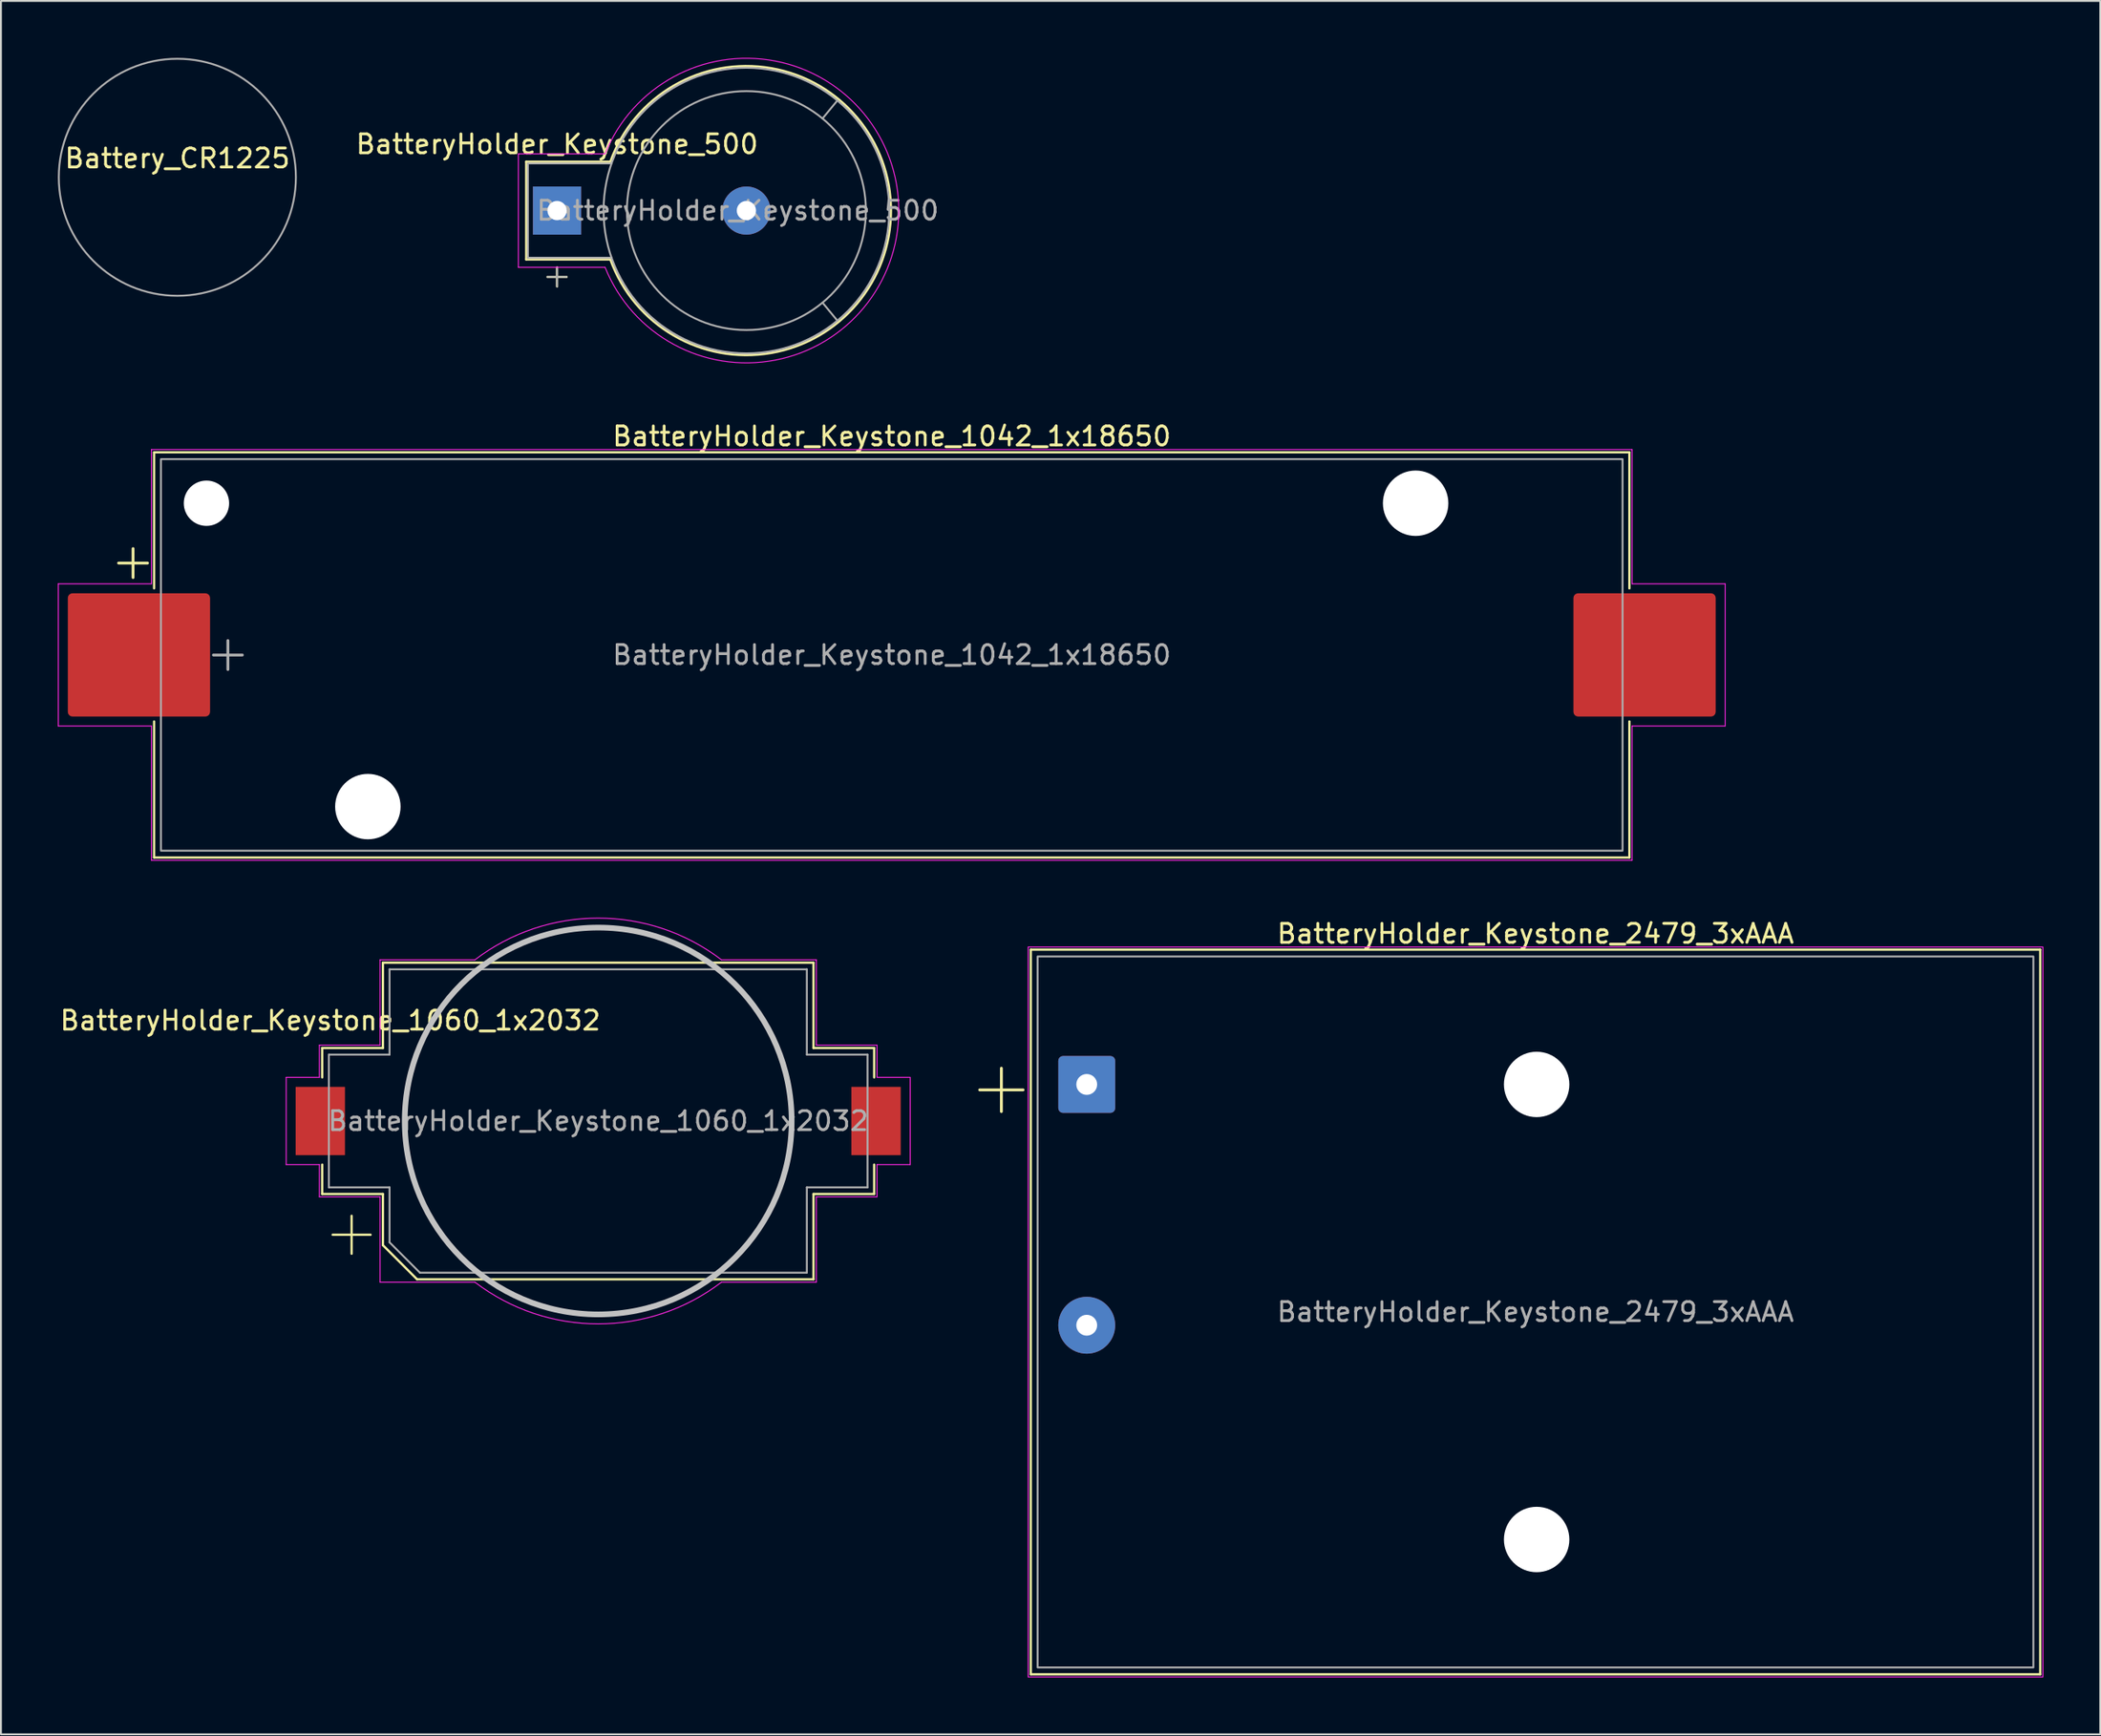
<source format=kicad_pcb>
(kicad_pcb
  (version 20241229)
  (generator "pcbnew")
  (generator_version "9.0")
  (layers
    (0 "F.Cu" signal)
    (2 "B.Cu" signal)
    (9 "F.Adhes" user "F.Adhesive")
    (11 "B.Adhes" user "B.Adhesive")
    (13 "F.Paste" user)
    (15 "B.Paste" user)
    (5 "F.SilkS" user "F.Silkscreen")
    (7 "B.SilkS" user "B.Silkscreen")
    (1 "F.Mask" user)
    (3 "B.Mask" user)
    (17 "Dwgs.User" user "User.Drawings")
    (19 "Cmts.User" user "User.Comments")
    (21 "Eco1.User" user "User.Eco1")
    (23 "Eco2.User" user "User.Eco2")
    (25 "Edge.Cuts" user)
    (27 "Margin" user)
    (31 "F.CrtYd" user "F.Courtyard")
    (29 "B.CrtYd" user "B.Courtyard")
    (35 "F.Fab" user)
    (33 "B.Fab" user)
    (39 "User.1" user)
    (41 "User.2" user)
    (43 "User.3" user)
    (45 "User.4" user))
  (footprint "BatteryHolder_Keystone_1042_1x18650"
    (layer "F.Cu")
    (at 43.965 31.491)
    (property "Reference" "BatteryHolder_Keystone_1042_1x18650" (at 0 -11.53 0) (layer "F.SilkS") (effects (font (size 1 1) (thickness 0.15))))
    (attr smd)
    (fp_line (start -38.89 -10.685) (end 38.89 -10.685) (stroke (width 0.12) (type solid)) (layer "F.SilkS"))
    (fp_line (start -38.89 -3.51) (end -38.89 -10.685) (stroke (width 0.12) (type solid)) (layer "F.SilkS"))
    (fp_line (start -38.89 10.685) (end -38.89 3.51) (stroke (width 0.12) (type solid)) (layer "F.SilkS"))
    (fp_line (start 38.89 -10.685) (end 38.89 -3.51) (stroke (width 0.12) (type solid)) (layer "F.SilkS"))
    (fp_line (start 38.89 3.51) (end 38.89 10.685) (stroke (width 0.12) (type solid)) (layer "F.SilkS"))
    (fp_line (start 38.89 10.685) (end -38.89 10.685) (stroke (width 0.12) (type solid)) (layer "F.SilkS"))
    (fp_line (start -43.94 -3.75) (end -39.03 -3.75) (stroke (width 0.05) (type solid)) (layer "F.CrtYd"))
    (fp_line (start -43.94 3.75) (end -43.94 -3.75) (stroke (width 0.05) (type solid)) (layer "F.CrtYd"))
    (fp_line (start -39.03 -10.83) (end 39.03 -10.83) (stroke (width 0.05) (type solid)) (layer "F.CrtYd"))
    (fp_line (start -39.03 -3.75) (end -39.03 -10.83) (stroke (width 0.05) (type solid)) (layer "F.CrtYd"))
    (fp_line (start -39.03 3.75) (end -43.94 3.75) (stroke (width 0.05) (type solid)) (layer "F.CrtYd"))
    (fp_line (start -39.03 10.83) (end -39.03 3.75) (stroke (width 0.05) (type solid)) (layer "F.CrtYd"))
    (fp_line (start 39.03 -10.83) (end 39.03 -3.75) (stroke (width 0.05) (type solid)) (layer "F.CrtYd"))
    (fp_line (start 39.03 -3.75) (end 43.94 -3.75) (stroke (width 0.05) (type solid)) (layer "F.CrtYd"))
    (fp_line (start 39.03 3.75) (end 39.03 10.83) (stroke (width 0.05) (type solid)) (layer "F.CrtYd"))
    (fp_line (start 39.03 10.83) (end -39.03 10.83) (stroke (width 0.05) (type solid)) (layer "F.CrtYd"))
    (fp_line (start 43.94 -3.75) (end 43.94 3.75) (stroke (width 0.05) (type solid)) (layer "F.CrtYd"))
    (fp_line (start 43.94 3.75) (end 39.03 3.75) (stroke (width 0.05) (type solid)) (layer "F.CrtYd"))
    (fp_rect (start -38.53 -10.325) (end 38.53 10.325) (stroke (width 0.1) (type solid)) (fill no) (layer "F.Fab"))
    (fp_text user "+" (at -40 -5 0) (layer "F.SilkS") (effects (font (size 2 2) (thickness 0.15))))
    (fp_text user "${REFERENCE}" (at 0 0 0) (layer "F.Fab") (effects (font (size 1 1) (thickness 0.15))))
    (fp_text user "+" (at -35 -0.15 0) (layer "F.Fab") (effects (font (size 2 2) (thickness 0.15))))
    (pad "" np_thru_hole circle (at -36.13 -8) (size 2.39 2.39) (drill 2.39) (layers "*.Cu" "*.Mask"))
    (pad "" np_thru_hole circle (at -27.62 8) (size 3.45 3.45) (drill 3.45) (layers "*.Cu" "*.Mask"))
    (pad "" np_thru_hole circle (at 27.62 -8) (size 3.45 3.45) (drill 3.45) (layers "*.Cu" "*.Mask"))
    (pad "1" smd roundrect (at -39.69 0) (size 7.5 6.5) (layers "F.Cu" "F.Mask" "F.Paste") (roundrect_rratio 0.038))
    (pad "2" smd roundrect (at 39.69 0) (size 7.5 6.5) (layers "F.Cu" "F.Mask" "F.Paste") (roundrect_rratio 0.038)))
  (footprint "BatteryHolder_Keystone_1060_1x2032"
    (layer "F.Cu")
    (at 28.488 56.072)
    (property "Reference" "BatteryHolder_Keystone_1060_1x2032" (at -14.125 -5.3 0) (layer "F.SilkS") (effects (font (size 1 1) (thickness 0.15))))
    (attr smd)
    (fp_line (start -14.55 -3.85) (end -14.55 -2.3) (stroke (width 0.12) (type solid)) (layer "F.SilkS"))
    (fp_line (start -14.55 3.85) (end -14.55 2.3) (stroke (width 0.12) (type solid)) (layer "F.SilkS"))
    (fp_line (start -13 5) (end -13 7) (stroke (width 0.12) (type solid)) (layer "F.SilkS"))
    (fp_line (start -12 6) (end -14 6) (stroke (width 0.12) (type solid)) (layer "F.SilkS"))
    (fp_line (start -11.35 -8.35) (end -11.35 -3.85) (stroke (width 0.12) (type solid)) (layer "F.SilkS"))
    (fp_line (start -11.35 -8.35) (end 11.35 -8.35) (stroke (width 0.12) (type solid)) (layer "F.SilkS"))
    (fp_line (start -11.35 -3.85) (end -14.55 -3.85) (stroke (width 0.12) (type solid)) (layer "F.SilkS"))
    (fp_line (start -11.35 3.85) (end -14.55 3.85) (stroke (width 0.12) (type solid)) (layer "F.SilkS"))
    (fp_line (start -11.35 6.55) (end -11.35 3.85) (stroke (width 0.12) (type solid)) (layer "F.SilkS"))
    (fp_line (start -9.55 8.35) (end -11.35 6.55) (stroke (width 0.12) (type solid)) (layer "F.SilkS"))
    (fp_line (start 11.35 -8.35) (end 11.35 -3.85) (stroke (width 0.12) (type solid)) (layer "F.SilkS"))
    (fp_line (start 11.35 -3.85) (end 14.55 -3.85) (stroke (width 0.12) (type solid)) (layer "F.SilkS"))
    (fp_line (start 11.35 3.85) (end 14.55 3.85) (stroke (width 0.12) (type solid)) (layer "F.SilkS"))
    (fp_line (start 11.35 8.35) (end -9.55 8.35) (stroke (width 0.12) (type solid)) (layer "F.SilkS"))
    (fp_line (start 11.35 8.35) (end 11.35 3.85) (stroke (width 0.12) (type solid)) (layer "F.SilkS"))
    (fp_line (start 14.55 -3.85) (end 14.55 -2.3) (stroke (width 0.12) (type solid)) (layer "F.SilkS"))
    (fp_line (start 14.55 3.85) (end 14.55 2.3) (stroke (width 0.12) (type solid)) (layer "F.SilkS"))
    (fp_circle (center 0 0) (end -10.2 0) (stroke (width 0.3) (type solid)) (fill no) (layer "Dwgs.User"))
    (fp_line (start -16.45 2.3) (end -16.45 -2.3) (stroke (width 0.05) (type solid)) (layer "F.CrtYd"))
    (fp_line (start -14.7 -4) (end -11.5 -4) (stroke (width 0.05) (type solid)) (layer "F.CrtYd"))
    (fp_line (start -14.7 -2.3) (end -16.45 -2.3) (stroke (width 0.05) (type solid)) (layer "F.CrtYd"))
    (fp_line (start -14.7 -2.3) (end -14.7 -4) (stroke (width 0.05) (type solid)) (layer "F.CrtYd"))
    (fp_line (start -14.7 2.3) (end -16.45 2.3) (stroke (width 0.05) (type solid)) (layer "F.CrtYd"))
    (fp_line (start -14.7 4) (end -14.7 2.3) (stroke (width 0.05) (type solid)) (layer "F.CrtYd"))
    (fp_line (start -14.7 4) (end -11.5 4) (stroke (width 0.05) (type solid)) (layer "F.CrtYd"))
    (fp_line (start -11.5 -8.5) (end -6.5 -8.5) (stroke (width 0.05) (type solid)) (layer "F.CrtYd"))
    (fp_line (start -11.5 -4) (end -11.5 -8.5) (stroke (width 0.05) (type solid)) (layer "F.CrtYd"))
    (fp_line (start -11.5 4) (end -11.5 8.5) (stroke (width 0.05) (type solid)) (layer "F.CrtYd"))
    (fp_line (start -6.5 8.5) (end -11.5 8.5) (stroke (width 0.05) (type solid)) (layer "F.CrtYd"))
    (fp_line (start 11.5 -8.5) (end 6.5 -8.5) (stroke (width 0.05) (type solid)) (layer "F.CrtYd"))
    (fp_line (start 11.5 -8.5) (end 11.5 -4) (stroke (width 0.05) (type solid)) (layer "F.CrtYd"))
    (fp_line (start 11.5 -4) (end 14.7 -4) (stroke (width 0.05) (type solid)) (layer "F.CrtYd"))
    (fp_line (start 11.5 4) (end 11.5 8.5) (stroke (width 0.05) (type solid)) (layer "F.CrtYd"))
    (fp_line (start 11.5 8.5) (end 6.5 8.5) (stroke (width 0.05) (type solid)) (layer "F.CrtYd"))
    (fp_line (start 14.7 -4) (end 14.7 -2.3) (stroke (width 0.05) (type solid)) (layer "F.CrtYd"))
    (fp_line (start 14.7 -2.3) (end 16.45 -2.3) (stroke (width 0.05) (type solid)) (layer "F.CrtYd"))
    (fp_line (start 14.7 2.3) (end 14.7 4) (stroke (width 0.05) (type solid)) (layer "F.CrtYd"))
    (fp_line (start 14.7 4) (end 11.5 4) (stroke (width 0.05) (type solid)) (layer "F.CrtYd"))
    (fp_line (start 16.45 -2.3) (end 16.45 2.3) (stroke (width 0.05) (type solid)) (layer "F.CrtYd"))
    (fp_line (start 16.45 2.3) (end 14.7 2.3) (stroke (width 0.05) (type solid)) (layer "F.CrtYd"))
    (fp_arc (start -6.499999 -8.5) (mid 0 -10.700467) (end 6.5 -8.5) (stroke (width 0.05) (type solid)) (layer "F.CrtYd"))
    (fp_arc (start 6.499999 8.5) (mid 0 10.700467) (end -6.5 8.5) (stroke (width 0.05) (type solid)) (layer "F.CrtYd"))
    (fp_line (start -14.2 -3.5) (end -11 -3.5) (stroke (width 0.1) (type solid)) (layer "F.Fab"))
    (fp_line (start -14.2 3.5) (end -14.2 -3.5) (stroke (width 0.1) (type solid)) (layer "F.Fab"))
    (fp_line (start -11 -8) (end -11 -3.5) (stroke (width 0.1) (type solid)) (layer "F.Fab"))
    (fp_line (start -11 3.5) (end -14.2 3.5) (stroke (width 0.1) (type solid)) (layer "F.Fab"))
    (fp_line (start -11 6.4) (end -11 3.5) (stroke (width 0.1) (type solid)) (layer "F.Fab"))
    (fp_line (start -9.4 8) (end -11 6.4) (stroke (width 0.1) (type solid)) (layer "F.Fab"))
    (fp_line (start 11 -8) (end -11 -8) (stroke (width 0.1) (type solid)) (layer "F.Fab"))
    (fp_line (start 11 -8) (end 11 -3.5) (stroke (width 0.1) (type solid)) (layer "F.Fab"))
    (fp_line (start 11 3.5) (end 14.2 3.5) (stroke (width 0.1) (type solid)) (layer "F.Fab"))
    (fp_line (start 11 8) (end -9.4 8) (stroke (width 0.1) (type solid)) (layer "F.Fab"))
    (fp_line (start 11 8) (end 11 3.5) (stroke (width 0.1) (type solid)) (layer "F.Fab"))
    (fp_line (start 14.2 -3.5) (end 11 -3.5) (stroke (width 0.1) (type solid)) (layer "F.Fab"))
    (fp_line (start 14.2 3.5) (end 14.2 -3.5) (stroke (width 0.1) (type solid)) (layer "F.Fab"))
    (fp_text user "${REFERENCE}" (at 0 0 0) (layer "F.Fab") (effects (font (size 1 1) (thickness 0.15))))
    (pad "1" smd rect (at -14.65 0 180) (size 2.6 3.6) (layers "F.Cu" "F.Mask" "F.Paste"))
    (pad "2" smd rect (at 14.65 0 180) (size 2.6 3.6) (layers "F.Cu" "F.Mask" "F.Paste")))
  (footprint "BatteryHolder_Keystone_2479_3xAAA"
    (layer "F.Cu")
    (at 54.245 54.144)
    (property "Reference" "BatteryHolder_Keystone_2479_3xAAA" (at 23.66 -7.95 0) (layer "F.SilkS") (effects (font (size 1 1) (thickness 0.15))))
    (attr through_hole)
    (fp_line (start -2.95 -7.11) (end 50.27 -7.11) (stroke (width 0.12) (type solid)) (layer "F.SilkS"))
    (fp_line (start -2.95 31.11) (end -2.95 -7.11) (stroke (width 0.12) (type solid)) (layer "F.SilkS"))
    (fp_line (start 50.27 -7.11) (end 50.27 31.11) (stroke (width 0.12) (type solid)) (layer "F.SilkS"))
    (fp_line (start 50.27 31.11) (end -2.95 31.11) (stroke (width 0.12) (type solid)) (layer "F.SilkS"))
    (fp_rect (start -3.09 -7.25) (end 50.41 31.25) (stroke (width 0.05) (type solid)) (fill no) (layer "F.CrtYd"))
    (fp_rect (start -2.59 -6.75) (end 49.91 30.75) (stroke (width 0.1) (type solid)) (fill no) (layer "F.Fab"))
    (fp_text user "+" (at -4.5 0.05 0) (layer "F.SilkS") (effects (font (size 3 3) (thickness 0.15))))
    (fp_text user "${REFERENCE}" (at 23.66 12 0) (layer "F.Fab") (effects (font (size 1 1) (thickness 0.15))))
    (pad "" np_thru_hole circle (at 23.72 0) (size 3.45 3.45) (drill 3.45) (layers "*.Cu" "*.Mask"))
    (pad "" np_thru_hole circle (at 23.72 24) (size 3.45 3.45) (drill 3.45) (layers "*.Cu" "*.Mask"))
    (pad "1" thru_hole roundrect (at 0 0) (size 3 3) (drill 1.1) (layers "*.Cu" "*.Mask") (roundrect_rratio 0.083))
    (pad "2" thru_hole circle (at 0 12.7) (size 3 3) (drill 1.1) (layers "*.Cu" "*.Mask")))
  (footprint "Battery_CR1225"
    (layer "F.Cu")
    (at 6.3 6.3)
    (property "Reference" "Battery_CR1225" (at 0 -1 0) (layer "F.SilkS") (effects (font (size 1 1) (thickness 0.15))))
    (attr exclude_from_pos_files exclude_from_bom)
    (fp_circle (center 0 0) (end 6.25 0) (stroke (width 0.1) (type solid)) (fill no) (layer "F.Fab")))
  (footprint "BatteryHolder_Keystone_500"
    (layer "F.Cu")
    (at 26.32 8.056)
    (property "Reference" "BatteryHolder_Keystone_500" (at 0 -3.5 0) (layer "F.SilkS") (effects (font (size 1 1) (thickness 0.15))))
    (attr through_hole)
    (fp_line (start -1.626 -2.578) (end -1.626 2.578) (stroke (width 0.12) (type default)) (layer "F.SilkS"))
    (fp_line (start -1.626 -2.578) (end 2.81 -2.578) (stroke (width 0.12) (type solid)) (layer "F.SilkS"))
    (fp_line (start -1.626 2.578) (end 2.81 2.578) (stroke (width 0.12) (type solid)) (layer "F.SilkS"))
    (fp_line (start 0 3) (end 0 4) (stroke (width 0.12) (type default)) (layer "F.SilkS"))
    (fp_line (start 0.5 3.5) (end -0.5 3.5) (stroke (width 0.12) (type default)) (layer "F.SilkS"))
    (fp_arc (start 2.81 -2.5781) (mid 17.603686 0) (end 2.81 2.5781) (stroke (width 0.12) (type default)) (layer "F.SilkS"))
    (fp_line (start -2.04 -2.99) (end 2.53 -2.99) (stroke (width 0.05) (type solid)) (layer "F.CrtYd"))
    (fp_line (start -2.04 2.99) (end -2.04 -2.99) (stroke (width 0.05) (type solid)) (layer "F.CrtYd"))
    (fp_line (start -2.04 2.99) (end 2.53 2.99) (stroke (width 0.05) (type solid)) (layer "F.CrtYd"))
    (fp_arc (start 2.53 -2.99) (mid 18.015634 0) (end 2.53 2.99) (stroke (width 0.05) (type default)) (layer "F.CrtYd"))
    (fp_line (start -1.537 -2.489) (end 2.87 -2.489) (stroke (width 0.1) (type solid)) (layer "F.Fab"))
    (fp_line (start -1.537 2.489) (end -1.537 -2.489) (stroke (width 0.1) (type solid)) (layer "F.Fab"))
    (fp_line (start -1.537 2.489) (end 2.87 2.489) (stroke (width 0.1) (type solid)) (layer "F.Fab"))
    (fp_line (start 0 3) (end 0 4) (stroke (width 0.1) (type default)) (layer "F.Fab"))
    (fp_line (start 0.5 3.5) (end -0.5 3.5) (stroke (width 0.1) (type default)) (layer "F.Fab"))
    (fp_line (start 13.995 -4.856) (end 14.771 -5.796) (stroke (width 0.1) (type solid)) (layer "F.Fab"))
    (fp_line (start 13.995 4.856) (end 14.771 5.796) (stroke (width 0.1) (type solid)) (layer "F.Fab"))
    (fp_circle (center 9.982 0) (end 16.281 0) (stroke (width 0.1) (type solid)) (fill no) (layer "F.Fab"))
    (fp_circle (center 9.982 0) (end 17.513 0) (stroke (width 0.1) (type default)) (fill no) (layer "F.Fab"))
    (fp_text user "${REFERENCE}" (at 9.525 0 0) (layer "F.Fab") (effects (font (size 1 1) (thickness 0.15))))
    (pad "1" thru_hole rect (at 0 0) (size 2.54 2.54) (drill 1.016) (layers "*.Cu" "*.Mask"))
    (pad "2" thru_hole circle (at 9.982 0) (size 2.54 2.54) (drill 1.016) (layers "*.Cu" "*.Mask")))
  (gr_rect
    (start -3 -3)
    (end 107.68 88.419)
    (stroke (width 0.1) (type default))
    (fill no)
    (layer "Edge.Cuts")))
</source>
